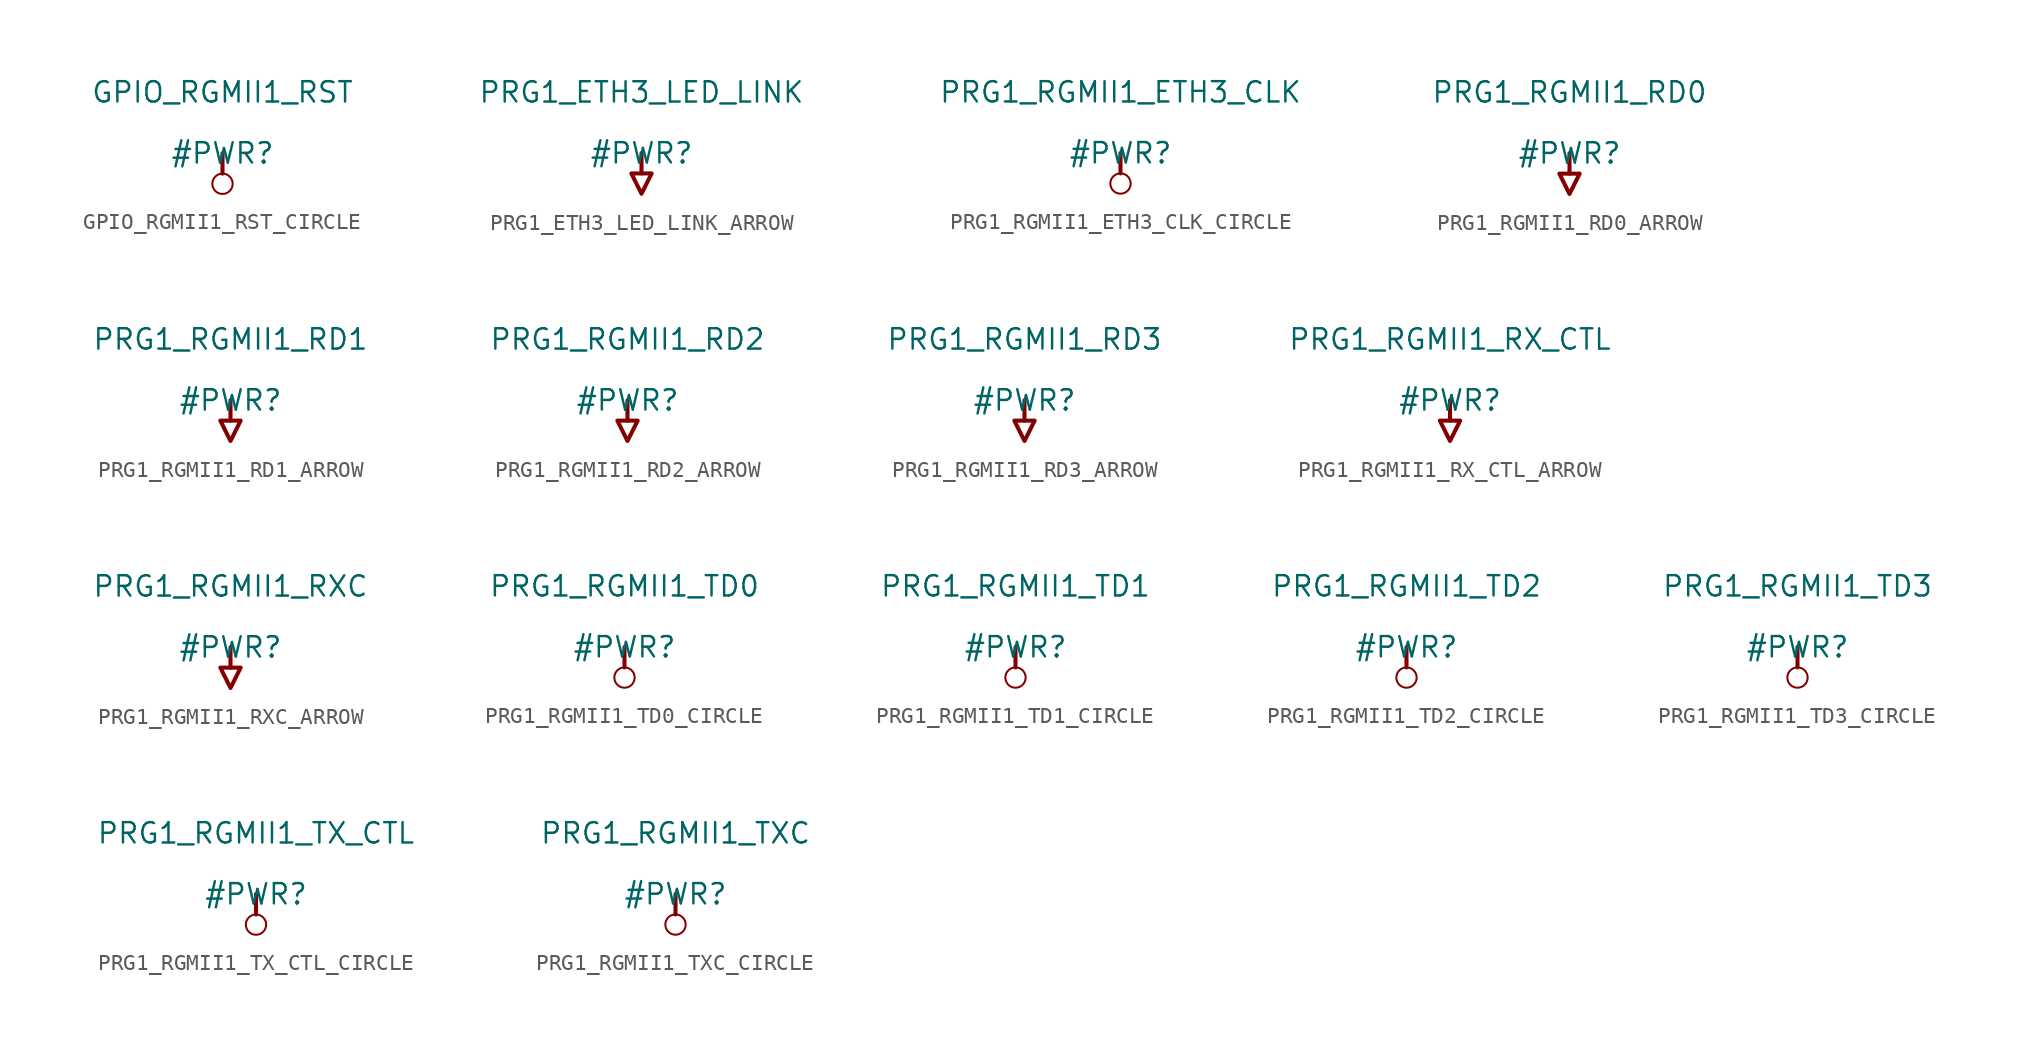
<source format=kicad_sym>
(kicad_symbol_lib
  (version 20231120)
  (generator "kicad_symbol_editor")
  (generator_version "8.0")
  (symbol "GPIO_RGMII1_RST_CIRCLE"
    (power)
    (property "Reference" "#PWR"
      (at 0 0 0)
      (effects (font (size 1.27 1.27))))
    (property "Value" "GPIO_RGMII1_RST"
      (at 0 3.81 0)
      (effects (font (size 1.27 1.27))))
    (symbol "GPIO_RGMII1_RST_CIRCLE_0_0"
      (circle (center 0 -1.905) (radius 0.635) (stroke (width 0.127) (type solid)) (fill (type none)))
      (polyline (pts (xy 0 0) (xy 0 -1.27)) (stroke (width 0.254) (type solid)) (fill (type none)))
      (pin power_in line (at 0 0 0) (length 0) hide (name "GPIO_RGMII1_RST" (effects (font (size 1.27 1.27)))) (number "" (effects (font (size 1.27 1.27)))))))
  (symbol "PRG1_ETH3_LED_LINK_ARROW"
    (power)
    (property "Reference" "#PWR"
      (at 0 0 0)
      (effects (font (size 1.27 1.27))))
    (property "Value" "PRG1_ETH3_LED_LINK"
      (at 0 3.81 0)
      (effects (font (size 1.27 1.27))))
    (symbol "PRG1_ETH3_LED_LINK_ARROW_0_0"
      (polyline (pts (xy 0 0) (xy 0 -1.27)) (stroke (width 0.254) (type solid)) (fill (type none)))
      (polyline (pts (xy -0.635 -1.27) (xy 0.635 -1.27) (xy 0 -2.54) (xy -0.635 -1.27)) (stroke (width 0.254) (type solid)) (fill (type none)))
      (pin power_in line (at 0 0 0) (length 0) hide (name "PRG1_ETH3_LED_LINK" (effects (font (size 1.27 1.27)))) (number "" (effects (font (size 1.27 1.27)))))))
  (symbol "PRG1_RGMII1_ETH3_CLK_CIRCLE"
    (power)
    (property "Reference" "#PWR"
      (at 0 0 0)
      (effects (font (size 1.27 1.27))))
    (property "Value" "PRG1_RGMII1_ETH3_CLK"
      (at 0 3.81 0)
      (effects (font (size 1.27 1.27))))
    (symbol "PRG1_RGMII1_ETH3_CLK_CIRCLE_0_0"
      (circle (center 0 -1.905) (radius 0.635) (stroke (width 0.127) (type solid)) (fill (type none)))
      (polyline (pts (xy 0 0) (xy 0 -1.27)) (stroke (width 0.254) (type solid)) (fill (type none)))
      (pin power_in line (at 0 0 0) (length 0) hide (name "PRG1_RGMII1_ETH3_CLK" (effects (font (size 1.27 1.27)))) (number "" (effects (font (size 1.27 1.27)))))))
  (symbol "PRG1_RGMII1_RD0_ARROW"
    (power)
    (property "Reference" "#PWR"
      (at 0 0 0)
      (effects (font (size 1.27 1.27))))
    (property "Value" "PRG1_RGMII1_RD0"
      (at 0 3.81 0)
      (effects (font (size 1.27 1.27))))
    (symbol "PRG1_RGMII1_RD0_ARROW_0_0"
      (polyline (pts (xy 0 0) (xy 0 -1.27)) (stroke (width 0.254) (type solid)) (fill (type none)))
      (polyline (pts (xy -0.635 -1.27) (xy 0.635 -1.27) (xy 0 -2.54) (xy -0.635 -1.27)) (stroke (width 0.254) (type solid)) (fill (type none)))
      (pin power_in line (at 0 0 0) (length 0) hide (name "PRG1_RGMII1_RD0" (effects (font (size 1.27 1.27)))) (number "" (effects (font (size 1.27 1.27)))))))
  (symbol "PRG1_RGMII1_RD1_ARROW"
    (power)
    (property "Reference" "#PWR"
      (at 0 0 0)
      (effects (font (size 1.27 1.27))))
    (property "Value" "PRG1_RGMII1_RD1"
      (at 0 3.81 0)
      (effects (font (size 1.27 1.27))))
    (symbol "PRG1_RGMII1_RD1_ARROW_0_0"
      (polyline (pts (xy 0 0) (xy 0 -1.27)) (stroke (width 0.254) (type solid)) (fill (type none)))
      (polyline (pts (xy -0.635 -1.27) (xy 0.635 -1.27) (xy 0 -2.54) (xy -0.635 -1.27)) (stroke (width 0.254) (type solid)) (fill (type none)))
      (pin power_in line (at 0 0 0) (length 0) hide (name "PRG1_RGMII1_RD1" (effects (font (size 1.27 1.27)))) (number "" (effects (font (size 1.27 1.27)))))))
  (symbol "PRG1_RGMII1_RD2_ARROW"
    (power)
    (property "Reference" "#PWR"
      (at 0 0 0)
      (effects (font (size 1.27 1.27))))
    (property "Value" "PRG1_RGMII1_RD2"
      (at 0 3.81 0)
      (effects (font (size 1.27 1.27))))
    (symbol "PRG1_RGMII1_RD2_ARROW_0_0"
      (polyline (pts (xy 0 0) (xy 0 -1.27)) (stroke (width 0.254) (type solid)) (fill (type none)))
      (polyline (pts (xy -0.635 -1.27) (xy 0.635 -1.27) (xy 0 -2.54) (xy -0.635 -1.27)) (stroke (width 0.254) (type solid)) (fill (type none)))
      (pin power_in line (at 0 0 0) (length 0) hide (name "PRG1_RGMII1_RD2" (effects (font (size 1.27 1.27)))) (number "" (effects (font (size 1.27 1.27)))))))
  (symbol "PRG1_RGMII1_RD3_ARROW"
    (power)
    (property "Reference" "#PWR"
      (at 0 0 0)
      (effects (font (size 1.27 1.27))))
    (property "Value" "PRG1_RGMII1_RD3"
      (at 0 3.81 0)
      (effects (font (size 1.27 1.27))))
    (symbol "PRG1_RGMII1_RD3_ARROW_0_0"
      (polyline (pts (xy 0 0) (xy 0 -1.27)) (stroke (width 0.254) (type solid)) (fill (type none)))
      (polyline (pts (xy -0.635 -1.27) (xy 0.635 -1.27) (xy 0 -2.54) (xy -0.635 -1.27)) (stroke (width 0.254) (type solid)) (fill (type none)))
      (pin power_in line (at 0 0 0) (length 0) hide (name "PRG1_RGMII1_RD3" (effects (font (size 1.27 1.27)))) (number "" (effects (font (size 1.27 1.27)))))))
  (symbol "PRG1_RGMII1_RX_CTL_ARROW"
    (power)
    (property "Reference" "#PWR"
      (at 0 0 0)
      (effects (font (size 1.27 1.27))))
    (property "Value" "PRG1_RGMII1_RX_CTL"
      (at 0 3.81 0)
      (effects (font (size 1.27 1.27))))
    (symbol "PRG1_RGMII1_RX_CTL_ARROW_0_0"
      (polyline (pts (xy 0 0) (xy 0 -1.27)) (stroke (width 0.254) (type solid)) (fill (type none)))
      (polyline (pts (xy -0.635 -1.27) (xy 0.635 -1.27) (xy 0 -2.54) (xy -0.635 -1.27)) (stroke (width 0.254) (type solid)) (fill (type none)))
      (pin power_in line (at 0 0 0) (length 0) hide (name "PRG1_RGMII1_RX_CTL" (effects (font (size 1.27 1.27)))) (number "" (effects (font (size 1.27 1.27)))))))
  (symbol "PRG1_RGMII1_RXC_ARROW"
    (power)
    (property "Reference" "#PWR"
      (at 0 0 0)
      (effects (font (size 1.27 1.27))))
    (property "Value" "PRG1_RGMII1_RXC"
      (at 0 3.81 0)
      (effects (font (size 1.27 1.27))))
    (symbol "PRG1_RGMII1_RXC_ARROW_0_0"
      (polyline (pts (xy 0 0) (xy 0 -1.27)) (stroke (width 0.254) (type solid)) (fill (type none)))
      (polyline (pts (xy -0.635 -1.27) (xy 0.635 -1.27) (xy 0 -2.54) (xy -0.635 -1.27)) (stroke (width 0.254) (type solid)) (fill (type none)))
      (pin power_in line (at 0 0 0) (length 0) hide (name "PRG1_RGMII1_RXC" (effects (font (size 1.27 1.27)))) (number "" (effects (font (size 1.27 1.27)))))))
  (symbol "PRG1_RGMII1_TD0_CIRCLE"
    (power)
    (property "Reference" "#PWR"
      (at 0 0 0)
      (effects (font (size 1.27 1.27))))
    (property "Value" "PRG1_RGMII1_TD0"
      (at 0 3.81 0)
      (effects (font (size 1.27 1.27))))
    (symbol "PRG1_RGMII1_TD0_CIRCLE_0_0"
      (circle (center 0 -1.905) (radius 0.635) (stroke (width 0.127) (type solid)) (fill (type none)))
      (polyline (pts (xy 0 0) (xy 0 -1.27)) (stroke (width 0.254) (type solid)) (fill (type none)))
      (pin power_in line (at 0 0 0) (length 0) hide (name "PRG1_RGMII1_TD0" (effects (font (size 1.27 1.27)))) (number "" (effects (font (size 1.27 1.27)))))))
  (symbol "PRG1_RGMII1_TD1_CIRCLE"
    (power)
    (property "Reference" "#PWR"
      (at 0 0 0)
      (effects (font (size 1.27 1.27))))
    (property "Value" "PRG1_RGMII1_TD1"
      (at 0 3.81 0)
      (effects (font (size 1.27 1.27))))
    (symbol "PRG1_RGMII1_TD1_CIRCLE_0_0"
      (circle (center 0 -1.905) (radius 0.635) (stroke (width 0.127) (type solid)) (fill (type none)))
      (polyline (pts (xy 0 0) (xy 0 -1.27)) (stroke (width 0.254) (type solid)) (fill (type none)))
      (pin power_in line (at 0 0 0) (length 0) hide (name "PRG1_RGMII1_TD1" (effects (font (size 1.27 1.27)))) (number "" (effects (font (size 1.27 1.27)))))))
  (symbol "PRG1_RGMII1_TD2_CIRCLE"
    (power)
    (property "Reference" "#PWR"
      (at 0 0 0)
      (effects (font (size 1.27 1.27))))
    (property "Value" "PRG1_RGMII1_TD2"
      (at 0 3.81 0)
      (effects (font (size 1.27 1.27))))
    (symbol "PRG1_RGMII1_TD2_CIRCLE_0_0"
      (circle (center 0 -1.905) (radius 0.635) (stroke (width 0.127) (type solid)) (fill (type none)))
      (polyline (pts (xy 0 0) (xy 0 -1.27)) (stroke (width 0.254) (type solid)) (fill (type none)))
      (pin power_in line (at 0 0 0) (length 0) hide (name "PRG1_RGMII1_TD2" (effects (font (size 1.27 1.27)))) (number "" (effects (font (size 1.27 1.27)))))))
  (symbol "PRG1_RGMII1_TD3_CIRCLE"
    (power)
    (property "Reference" "#PWR"
      (at 0 0 0)
      (effects (font (size 1.27 1.27))))
    (property "Value" "PRG1_RGMII1_TD3"
      (at 0 3.81 0)
      (effects (font (size 1.27 1.27))))
    (symbol "PRG1_RGMII1_TD3_CIRCLE_0_0"
      (circle (center 0 -1.905) (radius 0.635) (stroke (width 0.127) (type solid)) (fill (type none)))
      (polyline (pts (xy 0 0) (xy 0 -1.27)) (stroke (width 0.254) (type solid)) (fill (type none)))
      (pin power_in line (at 0 0 0) (length 0) hide (name "PRG1_RGMII1_TD3" (effects (font (size 1.27 1.27)))) (number "" (effects (font (size 1.27 1.27)))))))
  (symbol "PRG1_RGMII1_TX_CTL_CIRCLE"
    (power)
    (property "Reference" "#PWR"
      (at 0 0 0)
      (effects (font (size 1.27 1.27))))
    (property "Value" "PRG1_RGMII1_TX_CTL"
      (at 0 3.81 0)
      (effects (font (size 1.27 1.27))))
    (symbol "PRG1_RGMII1_TX_CTL_CIRCLE_0_0"
      (circle (center 0 -1.905) (radius 0.635) (stroke (width 0.127) (type solid)) (fill (type none)))
      (polyline (pts (xy 0 0) (xy 0 -1.27)) (stroke (width 0.254) (type solid)) (fill (type none)))
      (pin power_in line (at 0 0 0) (length 0) hide (name "PRG1_RGMII1_TX_CTL" (effects (font (size 1.27 1.27)))) (number "" (effects (font (size 1.27 1.27)))))))
  (symbol "PRG1_RGMII1_TXC_CIRCLE"
    (power)
    (property "Reference" "#PWR"
      (at 0 0 0)
      (effects (font (size 1.27 1.27))))
    (property "Value" "PRG1_RGMII1_TXC"
      (at 0 3.81 0)
      (effects (font (size 1.27 1.27))))
    (symbol "PRG1_RGMII1_TXC_CIRCLE_0_0"
      (circle (center 0 -1.905) (radius 0.635) (stroke (width 0.127) (type solid)) (fill (type none)))
      (polyline (pts (xy 0 0) (xy 0 -1.27)) (stroke (width 0.254) (type solid)) (fill (type none)))
      (pin power_in line (at 0 0 0) (length 0) hide (name "PRG1_RGMII1_TXC" (effects (font (size 1.27 1.27)))) (number "" (effects (font (size 1.27 1.27))))))))
</source>
